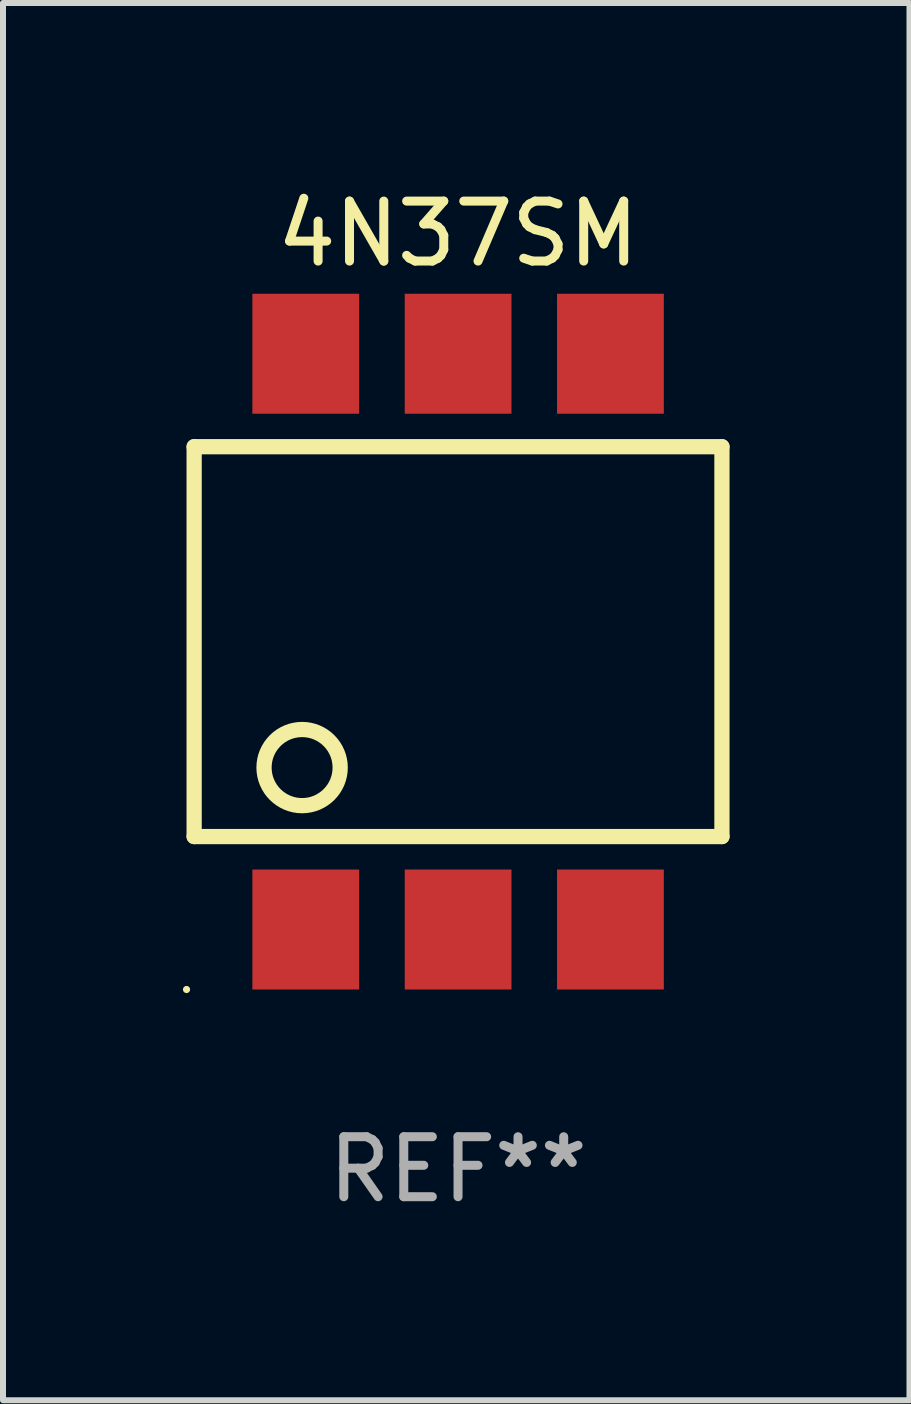
<source format=kicad_pcb>
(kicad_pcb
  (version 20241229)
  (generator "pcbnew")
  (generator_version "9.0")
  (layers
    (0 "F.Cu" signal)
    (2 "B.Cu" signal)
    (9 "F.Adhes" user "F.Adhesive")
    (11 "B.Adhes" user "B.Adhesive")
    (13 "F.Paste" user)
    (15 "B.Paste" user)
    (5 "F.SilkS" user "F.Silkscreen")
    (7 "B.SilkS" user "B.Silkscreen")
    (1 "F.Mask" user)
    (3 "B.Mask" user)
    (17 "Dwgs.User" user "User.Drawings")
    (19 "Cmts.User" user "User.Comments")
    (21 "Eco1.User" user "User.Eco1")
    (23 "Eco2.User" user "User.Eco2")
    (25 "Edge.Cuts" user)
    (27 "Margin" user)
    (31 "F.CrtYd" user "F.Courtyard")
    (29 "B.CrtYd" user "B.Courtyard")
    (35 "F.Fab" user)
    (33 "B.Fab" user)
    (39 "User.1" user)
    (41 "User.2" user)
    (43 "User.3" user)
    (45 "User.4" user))
  (footprint "4N37SM"
    (layer "F.Cu")
    (at 4.587 7.648)
    (property "Reference" "4N37SM" (at 0 -6.8 0) (layer "F.SilkS") (effects (font (size 1 1) (thickness 0.15))))
    (attr through_hole)
    (fp_line (start -4.4 -3.25) (end -4.4 3.25) (stroke (width 0.254) (type solid)) (layer "F.SilkS"))
    (fp_line (start -4.4 -3.25) (end 4.4 -3.25) (stroke (width 0.254) (type solid)) (layer "F.SilkS"))
    (fp_line (start 4.4 3.25) (end -4.4 3.25) (stroke (width 0.254) (type solid)) (layer "F.SilkS"))
    (fp_line (start 4.4 3.25) (end 4.4 -3.25) (stroke (width 0.254) (type solid)) (layer "F.SilkS"))
    (fp_circle (center -4.527 5.8) (end -4.497 5.8) (stroke (width 0.06) (type solid)) (fill no) (layer "F.SilkS"))
    (fp_circle (center -2.6 2.1) (end -1.965 2.1) (stroke (width 0.254) (type solid)) (fill no) (layer "F.SilkS"))
    (fp_text user "REF**" (at 0 8.8 0) (layer "F.Fab") (effects (font (size 1 1) (thickness 0.15))))
    (pad "1" smd rect (at -2.539 4.8) (size 1.78 2) (layers "F.Cu" "F.Mask" "F.Paste"))
    (pad "2" smd rect (at 0.001 4.8) (size 1.78 2) (layers "F.Cu" "F.Mask" "F.Paste"))
    (pad "3" smd rect (at 2.541 4.8) (size 1.78 2) (layers "F.Cu" "F.Mask" "F.Paste"))
    (pad "4" smd rect (at 2.541 -4.8) (size 1.78 2) (layers "F.Cu" "F.Mask" "F.Paste"))
    (pad "5" smd rect (at 0.001 -4.8) (size 1.78 2) (layers "F.Cu" "F.Mask" "F.Paste"))
    (pad "6" smd rect (at -2.539 -4.8) (size 1.78 2) (layers "F.Cu" "F.Mask" "F.Paste")))
  (gr_rect
    (start -3 -3)
    (end 12.114 20.297)
    (stroke (width 0.1) (type default))
    (fill no)
    (layer "Edge.Cuts")))
</source>
